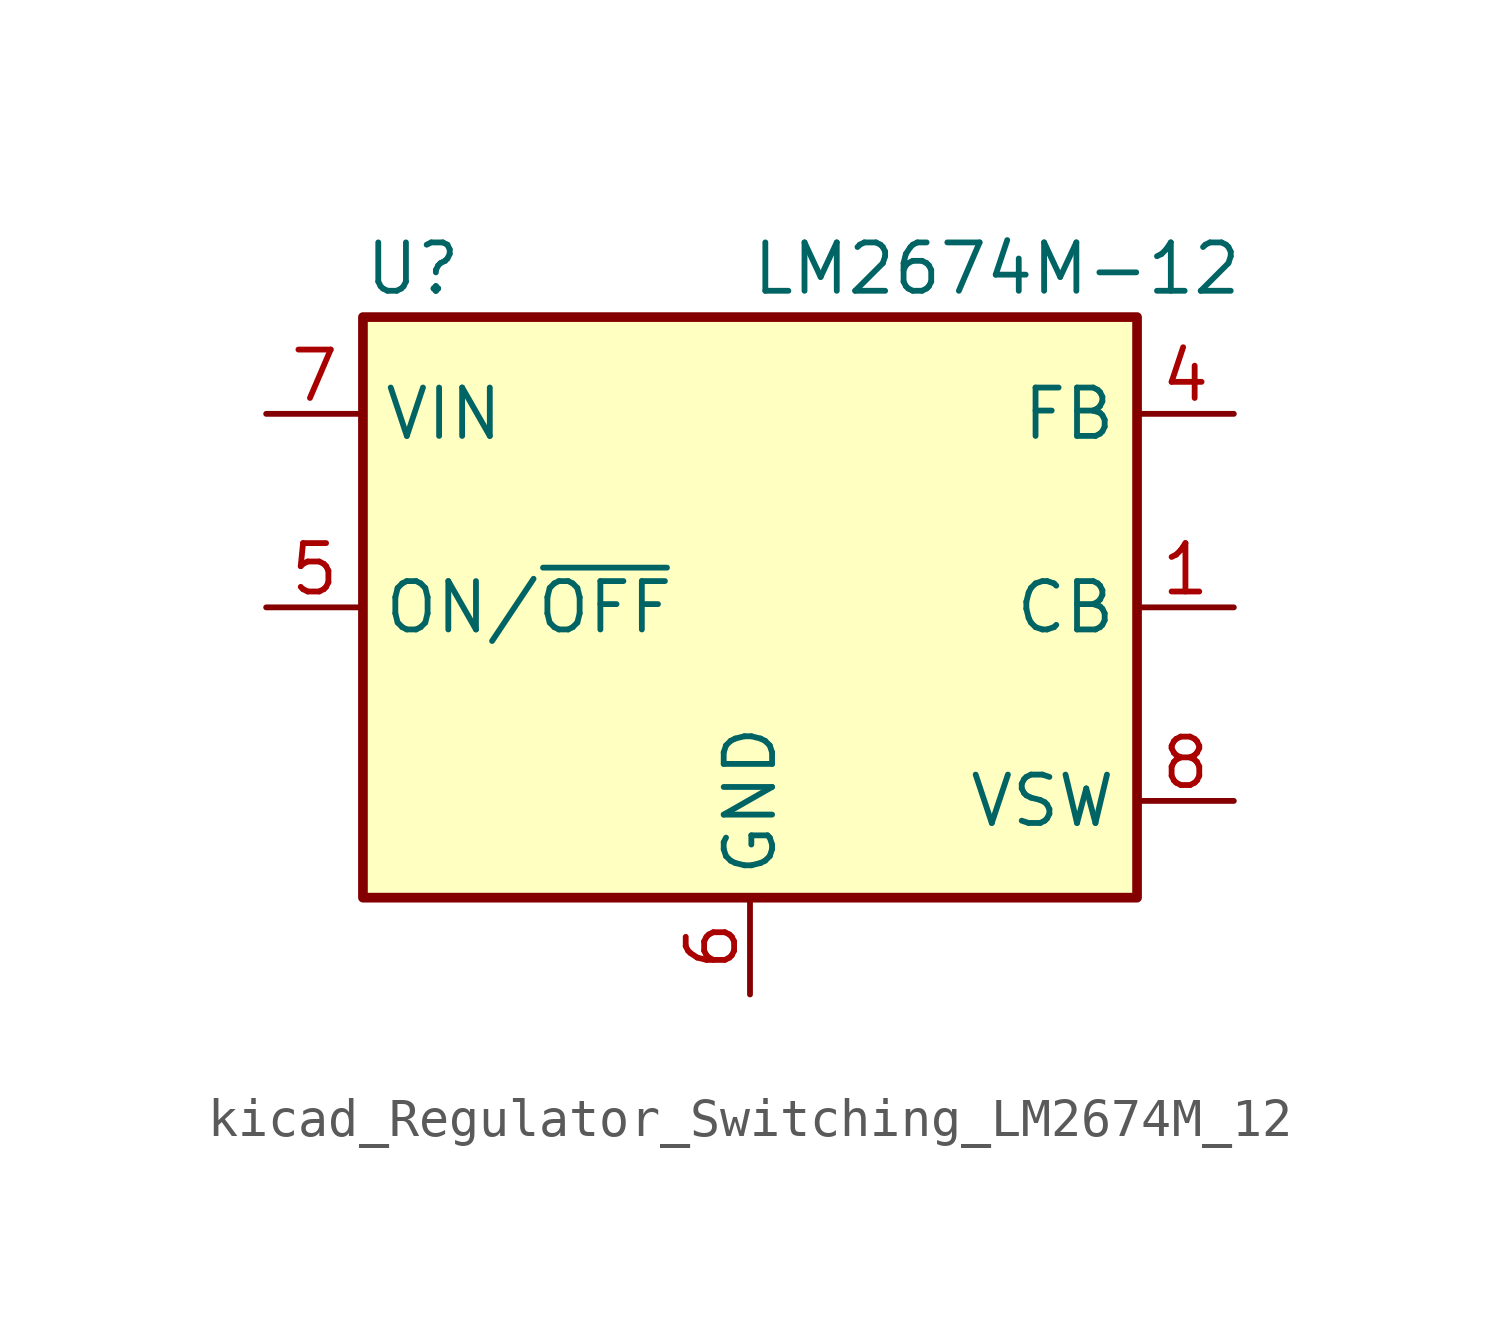
<source format=kicad_sym>
(kicad_symbol_lib
  (version 20220914)
  (generator kicad_symbol_editor)
  (symbol "kicad_Regulator_Switching_LM2674M_12"
    (property "Reference" "U"
      (at -10.16 8.89 0)
      (effects (font (size 1.27 1.27)) (justify left)))
    (property "Value" "LM2674M-12"
      (at 0 8.89 0)
      (effects (font (size 1.27 1.27)) (justify left)))
    (symbol "kicad_Regulator_Switching_LM2674M_12_0_1"
      (rectangle (start -10.16 7.62) (end 10.16 -7.62) (stroke (width 0.254) (type default)) (fill (type background))))
    (symbol "kicad_Regulator_Switching_LM2674M_12_1_1"
      (pin input line (at 12.7 0 180) (length 2.54) (name "CB" (effects (font (size 1.27 1.27)))) (number "1" (effects (font (size 1.27 1.27)))))
      (pin no_connect line (at -10.16 -2.54 0) (length 2.54) hide (name "NC" (effects (font (size 1.27 1.27)))) (number "2" (effects (font (size 1.27 1.27)))))
      (pin no_connect line (at -10.16 -5.08 0) (length 2.54) hide (name "NC" (effects (font (size 1.27 1.27)))) (number "3" (effects (font (size 1.27 1.27)))))
      (pin input line (at 12.7 5.08 180) (length 2.54) (name "FB" (effects (font (size 1.27 1.27)))) (number "4" (effects (font (size 1.27 1.27)))))
      (pin input line (at -12.7 0 0) (length 2.54) (name "ON/~{OFF}" (effects (font (size 1.27 1.27)))) (number "5" (effects (font (size 1.27 1.27)))))
      (pin power_in line (at 0 -10.16 90) (length 2.54) (name "GND" (effects (font (size 1.27 1.27)))) (number "6" (effects (font (size 1.27 1.27)))))
      (pin power_in line (at -12.7 5.08 0) (length 2.54) (name "VIN" (effects (font (size 1.27 1.27)))) (number "7" (effects (font (size 1.27 1.27)))))
      (pin output line (at 12.7 -5.08 180) (length 2.54) (name "VSW" (effects (font (size 1.27 1.27)))) (number "8" (effects (font (size 1.27 1.27))))))))
</source>
